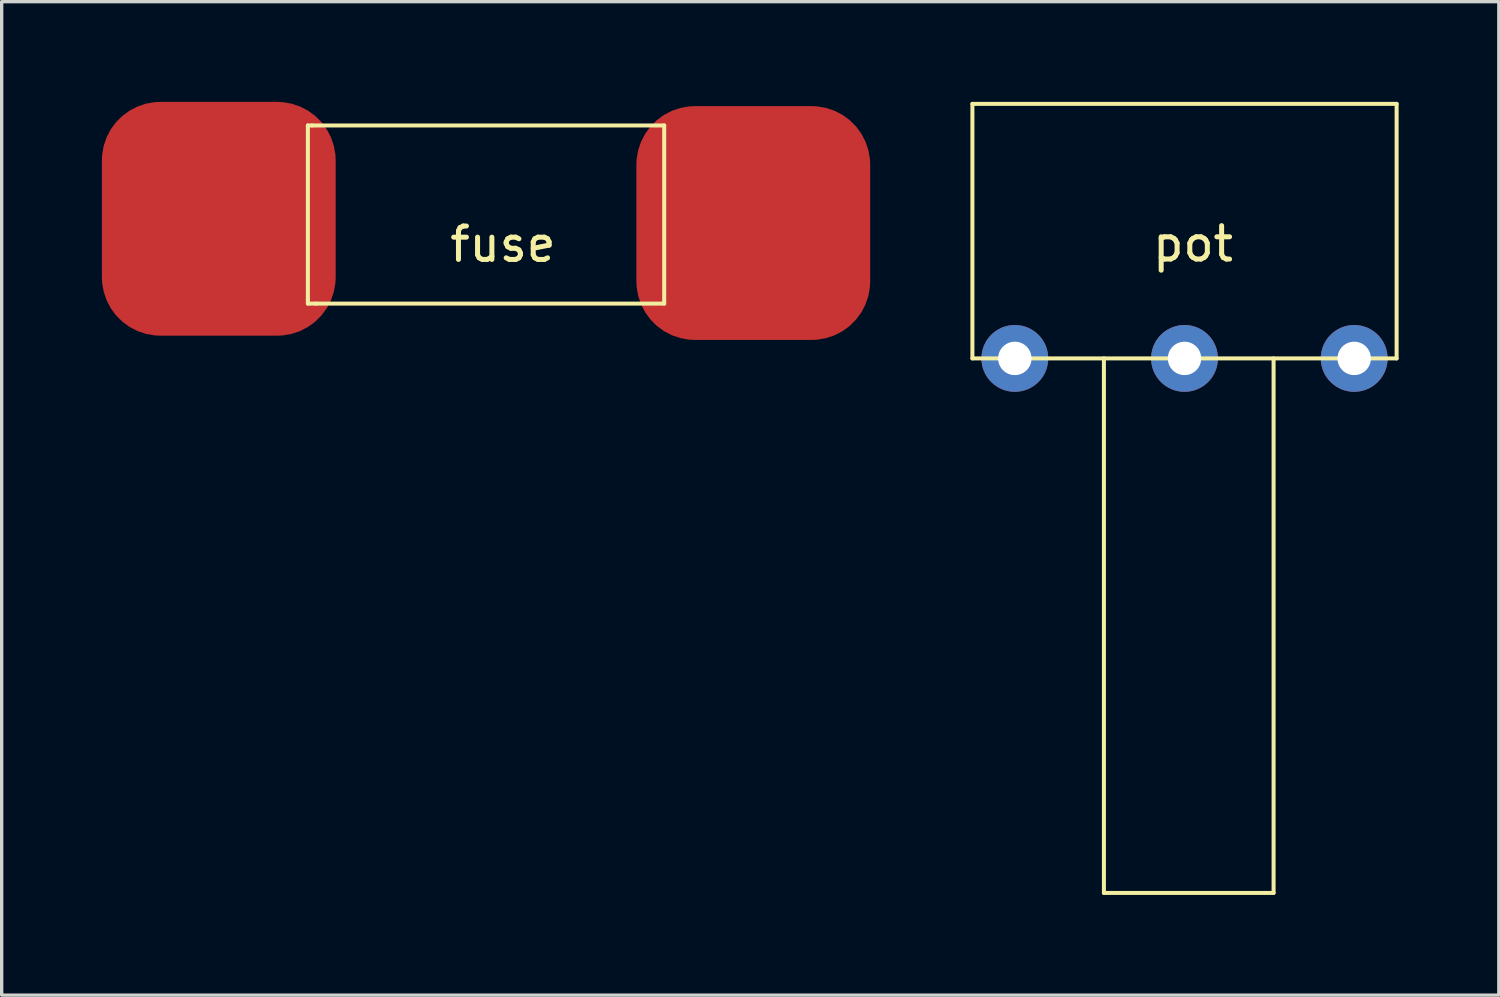
<source format=kicad_pcb>
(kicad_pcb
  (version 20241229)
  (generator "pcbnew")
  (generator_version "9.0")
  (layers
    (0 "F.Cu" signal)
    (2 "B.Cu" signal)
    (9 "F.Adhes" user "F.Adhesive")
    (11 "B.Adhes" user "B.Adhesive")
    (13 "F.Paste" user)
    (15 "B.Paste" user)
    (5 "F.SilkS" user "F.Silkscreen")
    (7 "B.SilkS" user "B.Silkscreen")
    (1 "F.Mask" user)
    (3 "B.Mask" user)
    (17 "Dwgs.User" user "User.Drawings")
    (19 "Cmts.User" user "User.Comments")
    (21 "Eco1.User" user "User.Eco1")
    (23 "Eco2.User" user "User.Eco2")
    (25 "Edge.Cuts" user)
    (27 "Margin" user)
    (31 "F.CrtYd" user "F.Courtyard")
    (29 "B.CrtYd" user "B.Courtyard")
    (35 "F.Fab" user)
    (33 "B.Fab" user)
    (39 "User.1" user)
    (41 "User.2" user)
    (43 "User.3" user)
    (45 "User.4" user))
  (footprint "pot"
    (layer "F.Cu")
    (at 32.285 4.886)
    (property "Reference" "pot" (at 0.381 -0.635 0) (layer "F.SilkS") (effects (font (size 1 1) (thickness 0.15))))
    (attr through_hole)
    (fp_line (start -6.223 -4.826) (end -6.223 2.794) (stroke (width 0.12) (type solid)) (layer "F.SilkS"))
    (fp_line (start -6.223 2.794) (end 6.477 2.794) (stroke (width 0.12) (type solid)) (layer "F.SilkS"))
    (fp_line (start -2.286 2.794) (end -2.286 18.796) (stroke (width 0.12) (type solid)) (layer "F.SilkS"))
    (fp_line (start -2.286 18.796) (end 2.794 18.796) (stroke (width 0.12) (type solid)) (layer "F.SilkS"))
    (fp_line (start 2.794 18.796) (end 2.794 2.794) (stroke (width 0.12) (type solid)) (layer "F.SilkS"))
    (fp_line (start 6.477 -4.826) (end -6.223 -4.826) (stroke (width 0.12) (type solid)) (layer "F.SilkS"))
    (fp_line (start 6.477 2.794) (end 6.477 -4.826) (stroke (width 0.12) (type solid)) (layer "F.SilkS"))
    (pad "1" thru_hole circle (at -4.953 2.794) (size 2 2) (drill 1) (layers "*.Cu" "*.Mask"))
    (pad "2" thru_hole circle (at 0.127 2.794) (size 2 2) (drill 1) (layers "*.Cu" "*.Mask"))
    (pad "3" thru_hole circle (at 5.207 2.794) (size 2 2) (drill 1) (layers "*.Cu" "*.Mask")))
  (footprint "fuse"
    (layer "F.Cu")
    (at 11.628 3.246)
    (property "Reference" "fuse" (at 0.381 1.016 0) (layer "F.SilkS") (effects (font (size 1 1) (thickness 0.15))))
    (attr through_hole)
    (fp_line (start -5.461 -2.54) (end -5.461 2.667) (stroke (width 0.12) (type solid)) (layer "F.SilkS"))
    (fp_line (start -5.461 2.667) (end -5.461 2.794) (stroke (width 0.12) (type solid)) (layer "F.SilkS"))
    (fp_line (start -5.334 -2.54) (end -5.461 -2.54) (stroke (width 0.12) (type solid)) (layer "F.SilkS"))
    (fp_line (start -5.334 -2.54) (end 5.207 -2.54) (stroke (width 0.12) (type solid)) (layer "F.SilkS"))
    (fp_line (start -5.207 2.794) (end -5.461 2.794) (stroke (width 0.12) (type solid)) (layer "F.SilkS"))
    (fp_line (start 5.207 -2.54) (end 5.207 2.794) (stroke (width 0.12) (type solid)) (layer "F.SilkS"))
    (fp_line (start 5.207 2.794) (end -5.207 2.794) (stroke (width 0.12) (type solid)) (layer "F.SilkS"))
    (pad "1" smd roundrect (at -8.128 0.254) (size 7 7) (layers "F.Cu" "F.Mask" "F.Paste") (roundrect_rratio 0.25))
    (pad "2" smd roundrect (at 7.874 0.381) (size 7 7) (layers "F.Cu" "F.Mask" "F.Paste") (roundrect_rratio 0.25)))
  (gr_rect
    (start -3 -3)
    (end 41.822 26.742)
    (stroke (width 0.1) (type default))
    (fill no)
    (layer "Edge.Cuts")))
</source>
